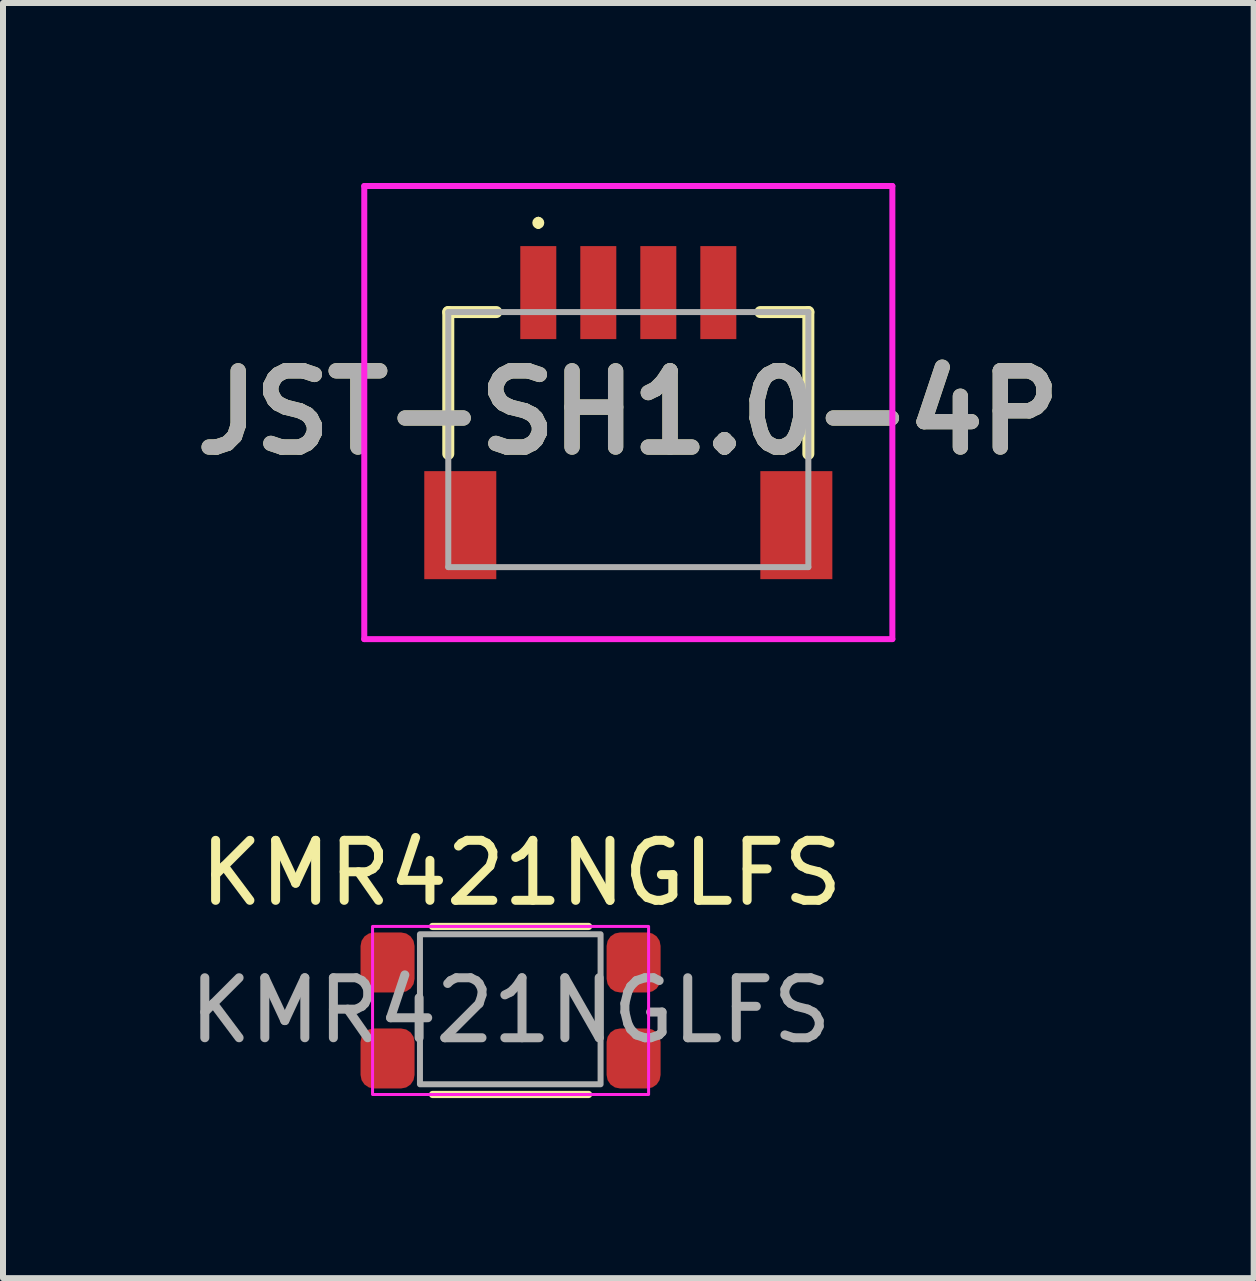
<source format=kicad_pcb>
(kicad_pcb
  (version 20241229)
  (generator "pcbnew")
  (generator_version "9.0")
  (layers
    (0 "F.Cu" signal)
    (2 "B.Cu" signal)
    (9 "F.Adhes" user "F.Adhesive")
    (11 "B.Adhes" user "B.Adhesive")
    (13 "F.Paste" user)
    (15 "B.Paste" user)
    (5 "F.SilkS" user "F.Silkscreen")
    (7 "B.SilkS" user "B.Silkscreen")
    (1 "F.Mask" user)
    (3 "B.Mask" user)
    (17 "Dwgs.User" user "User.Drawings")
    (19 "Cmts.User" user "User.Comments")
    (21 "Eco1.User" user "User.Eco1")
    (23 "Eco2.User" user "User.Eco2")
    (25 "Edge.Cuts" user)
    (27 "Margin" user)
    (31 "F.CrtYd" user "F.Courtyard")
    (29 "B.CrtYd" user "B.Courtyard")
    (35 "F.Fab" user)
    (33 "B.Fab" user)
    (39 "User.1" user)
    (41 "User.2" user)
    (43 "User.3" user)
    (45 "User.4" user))
  (footprint "KMR421NGLFS"
    (layer "F.Cu")
    (at 5.458 13.788)
    (property "Reference" "KMR421NGLFS" (at 0.18 -2.29 0) (layer "F.SilkS") (effects (font (size 1 1) (thickness 0.15))))
    (attr smd)
    (fp_line (start -1.3 -1.4) (end 1.3 -1.4) (stroke (width 0.12) (type solid)) (layer "F.SilkS"))
    (fp_line (start -1.3 1.4) (end 1.3 1.4) (stroke (width 0.12) (type solid)) (layer "F.SilkS"))
    (fp_rect (start -2.3 -1.4) (end 2.3 1.4) (stroke (width 0.05) (type default)) (fill no) (layer "F.CrtYd"))
    (fp_rect (start -1.51 -1.27) (end 1.5 1.23) (stroke (width 0.1) (type default)) (fill no) (layer "F.Fab"))
    (fp_text user "${REFERENCE}" (at 0 0 0) (unlocked yes) (layer "F.Fab") (effects (font (size 1 1) (thickness 0.15))))
    (pad "1" smd roundrect (at -2.05 0.8) (size 0.9 1) (layers "F.Cu" "F.Mask" "F.Paste") (roundrect_rratio 0.25))
    (pad "1" smd roundrect (at 2.05 0.8) (size 0.9 1) (layers "F.Cu" "F.Mask" "F.Paste") (roundrect_rratio 0.25))
    (pad "2" smd roundrect (at -2.05 -0.8) (size 0.9 1) (layers "F.Cu" "F.Mask" "F.Paste") (roundrect_rratio 0.25))
    (pad "2" smd roundrect (at 2.05 -0.8) (size 0.9 1) (layers "F.Cu" "F.Mask" "F.Paste") (roundrect_rratio 0.25)))
  (footprint "JST-SH1.0-4P"
    (layer "F.Cu")
    (at 7.42 4.113)
    (property "Reference" "JST-SH1.0-4P" (at 0 -0.288 0) (layer "F.SilkS") (effects (font (size 1.27 1.27) (thickness 0.254))))
    (attr smd)
    (fp_line (start -3 -1.963) (end -2.2 -1.963) (stroke (width 0.2) (type solid)) (layer "F.SilkS"))
    (fp_line (start -3 0.4) (end -3 -1.963) (stroke (width 0.2) (type solid)) (layer "F.SilkS"))
    (fp_line (start -1.5 -3.5) (end -1.5 -3.5) (stroke (width 0.1) (type solid)) (layer "F.SilkS"))
    (fp_line (start -1.5 -3.4) (end -1.5 -3.4) (stroke (width 0.1) (type solid)) (layer "F.SilkS"))
    (fp_line (start 3 -1.963) (end 2.2 -1.963) (stroke (width 0.2) (type solid)) (layer "F.SilkS"))
    (fp_line (start 3 0.4) (end 3 -1.963) (stroke (width 0.2) (type solid)) (layer "F.SilkS"))
    (fp_arc (start -1.5 -3.5) (mid -1.45 -3.45) (end -1.5 -3.4) (stroke (width 0.1) (type solid)) (layer "F.SilkS"))
    (fp_arc (start -1.5 -3.4) (mid -1.55 -3.45) (end -1.5 -3.5) (stroke (width 0.1) (type solid)) (layer "F.SilkS"))
    (fp_line (start -4.4 -4.063) (end 4.4 -4.063) (stroke (width 0.1) (type solid)) (layer "F.CrtYd"))
    (fp_line (start -4.4 3.487) (end -4.4 -4.063) (stroke (width 0.1) (type solid)) (layer "F.CrtYd"))
    (fp_line (start 4.4 -4.063) (end 4.4 3.487) (stroke (width 0.1) (type solid)) (layer "F.CrtYd"))
    (fp_line (start 4.4 3.487) (end -4.4 3.487) (stroke (width 0.1) (type solid)) (layer "F.CrtYd"))
    (fp_line (start -3 -1.963) (end 3 -1.963) (stroke (width 0.1) (type solid)) (layer "F.Fab"))
    (fp_line (start -3 2.287) (end -3 -1.963) (stroke (width 0.1) (type solid)) (layer "F.Fab"))
    (fp_line (start 3 -1.963) (end 3 2.287) (stroke (width 0.1) (type solid)) (layer "F.Fab"))
    (fp_line (start 3 2.287) (end -3 2.287) (stroke (width 0.1) (type solid)) (layer "F.Fab"))
    (fp_text user "${REFERENCE}" (at 0 -0.288 0) (layer "F.Fab") (effects (font (size 1.27 1.27) (thickness 0.254))))
    (pad "1" smd rect (at -1.5 -2.287) (size 0.6 1.55) (layers "F.Cu" "F.Mask" "F.Paste"))
    (pad "2" smd rect (at -0.5 -2.287) (size 0.6 1.55) (layers "F.Cu" "F.Mask" "F.Paste"))
    (pad "3" smd rect (at 0.5 -2.287) (size 0.6 1.55) (layers "F.Cu" "F.Mask" "F.Paste"))
    (pad "4" smd rect (at 1.5 -2.287) (size 0.6 1.55) (layers "F.Cu" "F.Mask" "F.Paste"))
    (pad "MP1" smd rect (at -2.8 1.588) (size 1.2 1.8) (layers "F.Cu" "F.Mask" "F.Paste"))
    (pad "MP2" smd rect (at 2.8 1.588) (size 1.2 1.8) (layers "F.Cu" "F.Mask" "F.Paste")))
  (gr_rect
    (start -3 -3)
    (end 17.841 18.248)
    (stroke (width 0.1) (type default))
    (fill no)
    (layer "Edge.Cuts")))
</source>
